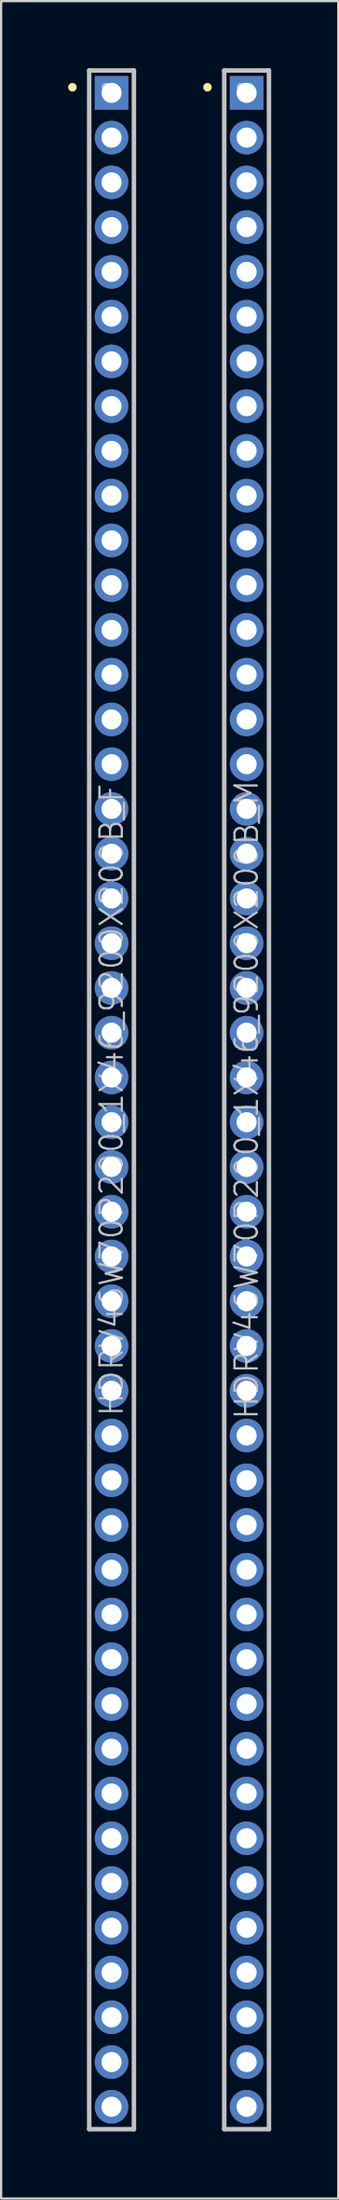
<source format=kicad_pcb>
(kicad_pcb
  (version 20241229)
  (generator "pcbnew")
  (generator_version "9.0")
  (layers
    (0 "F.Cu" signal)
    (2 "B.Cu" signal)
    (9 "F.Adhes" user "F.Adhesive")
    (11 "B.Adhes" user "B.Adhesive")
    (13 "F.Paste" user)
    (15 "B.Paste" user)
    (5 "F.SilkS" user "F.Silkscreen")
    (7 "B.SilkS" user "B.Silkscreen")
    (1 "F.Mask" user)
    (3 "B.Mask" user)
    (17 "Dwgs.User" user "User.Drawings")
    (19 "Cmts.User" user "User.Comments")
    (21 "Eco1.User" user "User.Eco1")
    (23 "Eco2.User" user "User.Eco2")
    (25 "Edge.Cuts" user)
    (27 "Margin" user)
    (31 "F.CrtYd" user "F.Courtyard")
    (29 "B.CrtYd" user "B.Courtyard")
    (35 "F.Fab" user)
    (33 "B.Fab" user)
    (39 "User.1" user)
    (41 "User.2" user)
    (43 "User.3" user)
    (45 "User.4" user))
  (footprint "HDRV46W70P200_1X46_9200X200B_F"
    (layer "F.Cu")
    (at 1.94 46.1)
    (property "Reference" "HDRV46W70P200_1X46_9200X200B_F" (at 0 0 90) (layer "Dwgs.User") (effects (font (size 1 1) (thickness 0.1))))
    (attr through_hole)
    (fp_line (start -1.75 -45.25) (end -1.75 -45.25) (stroke (width 0.381) (type solid)) (layer "F.SilkS"))
    (fp_line (start -1 -46) (end -1 46) (stroke (width 0.2) (type solid)) (layer "Dwgs.User"))
    (fp_line (start -1 -46) (end 1 -46) (stroke (width 0.2) (type solid)) (layer "Dwgs.User"))
    (fp_line (start -1 46) (end 1 46) (stroke (width 0.2) (type solid)) (layer "Dwgs.User"))
    (fp_line (start -0.25 -45.25) (end -0.25 -45.25) (stroke (width 0.381) (type solid)) (layer "Dwgs.User"))
    (fp_line (start 1 -46) (end 1 46) (stroke (width 0.2) (type solid)) (layer "Dwgs.User"))
    (pad "1" thru_hole rect (at 0 -45) (size 1.5 1.5) (drill 0.9) (layers "*.Cu" "*.Mask"))
    (pad "2" thru_hole circle (at 0 -43 270) (size 1.5 1.5) (drill 0.9) (layers "*.Cu" "*.Mask"))
    (pad "3" thru_hole circle (at 0 -41 270) (size 1.5 1.5) (drill 0.9) (layers "*.Cu" "*.Mask"))
    (pad "4" thru_hole circle (at 0 -39 270) (size 1.5 1.5) (drill 0.9) (layers "*.Cu" "*.Mask"))
    (pad "5" thru_hole circle (at 0 -37 270) (size 1.5 1.5) (drill 0.9) (layers "*.Cu" "*.Mask"))
    (pad "6" thru_hole circle (at 0 -35 270) (size 1.5 1.5) (drill 0.9) (layers "*.Cu" "*.Mask"))
    (pad "7" thru_hole circle (at 0 -33 270) (size 1.5 1.5) (drill 0.9) (layers "*.Cu" "*.Mask"))
    (pad "8" thru_hole circle (at 0 -31 270) (size 1.5 1.5) (drill 0.9) (layers "*.Cu" "*.Mask"))
    (pad "9" thru_hole circle (at 0 -29 270) (size 1.5 1.5) (drill 0.9) (layers "*.Cu" "*.Mask"))
    (pad "10" thru_hole circle (at 0 -27 270) (size 1.5 1.5) (drill 0.9) (layers "*.Cu" "*.Mask"))
    (pad "11" thru_hole circle (at 0 -25 270) (size 1.5 1.5) (drill 0.9) (layers "*.Cu" "*.Mask"))
    (pad "12" thru_hole circle (at 0 -23 270) (size 1.5 1.5) (drill 0.9) (layers "*.Cu" "*.Mask"))
    (pad "13" thru_hole circle (at 0 -21 270) (size 1.5 1.5) (drill 0.9) (layers "*.Cu" "*.Mask"))
    (pad "14" thru_hole circle (at 0 -19 270) (size 1.5 1.5) (drill 0.9) (layers "*.Cu" "*.Mask"))
    (pad "15" thru_hole circle (at 0 -17 270) (size 1.5 1.5) (drill 0.9) (layers "*.Cu" "*.Mask"))
    (pad "16" thru_hole circle (at 0 -15 270) (size 1.5 1.5) (drill 0.9) (layers "*.Cu" "*.Mask"))
    (pad "17" thru_hole circle (at 0 -13 270) (size 1.5 1.5) (drill 0.9) (layers "*.Cu" "*.Mask"))
    (pad "18" thru_hole circle (at 0 -11 270) (size 1.5 1.5) (drill 0.9) (layers "*.Cu" "*.Mask"))
    (pad "19" thru_hole circle (at 0 -9 270) (size 1.5 1.5) (drill 0.9) (layers "*.Cu" "*.Mask"))
    (pad "20" thru_hole circle (at 0 -7 270) (size 1.5 1.5) (drill 0.9) (layers "*.Cu" "*.Mask"))
    (pad "21" thru_hole circle (at 0 -5 270) (size 1.5 1.5) (drill 0.9) (layers "*.Cu" "*.Mask"))
    (pad "22" thru_hole circle (at 0 -3 270) (size 1.5 1.5) (drill 0.9) (layers "*.Cu" "*.Mask"))
    (pad "23" thru_hole circle (at 0 -1 270) (size 1.5 1.5) (drill 0.9) (layers "*.Cu" "*.Mask"))
    (pad "24" thru_hole circle (at 0 1 270) (size 1.5 1.5) (drill 0.9) (layers "*.Cu" "*.Mask"))
    (pad "25" thru_hole circle (at 0 3 270) (size 1.5 1.5) (drill 0.9) (layers "*.Cu" "*.Mask"))
    (pad "26" thru_hole circle (at 0 5 270) (size 1.5 1.5) (drill 0.9) (layers "*.Cu" "*.Mask"))
    (pad "27" thru_hole circle (at 0 7 270) (size 1.5 1.5) (drill 0.9) (layers "*.Cu" "*.Mask"))
    (pad "28" thru_hole circle (at 0 9 270) (size 1.5 1.5) (drill 0.9) (layers "*.Cu" "*.Mask"))
    (pad "29" thru_hole circle (at 0 11 270) (size 1.5 1.5) (drill 0.9) (layers "*.Cu" "*.Mask"))
    (pad "30" thru_hole circle (at 0 13 270) (size 1.5 1.5) (drill 0.9) (layers "*.Cu" "*.Mask"))
    (pad "31" thru_hole circle (at 0 15 270) (size 1.5 1.5) (drill 0.9) (layers "*.Cu" "*.Mask"))
    (pad "32" thru_hole circle (at 0 17 270) (size 1.5 1.5) (drill 0.9) (layers "*.Cu" "*.Mask"))
    (pad "33" thru_hole circle (at 0 19 270) (size 1.5 1.5) (drill 0.9) (layers "*.Cu" "*.Mask"))
    (pad "34" thru_hole circle (at 0 21 270) (size 1.5 1.5) (drill 0.9) (layers "*.Cu" "*.Mask"))
    (pad "35" thru_hole circle (at 0 23 270) (size 1.5 1.5) (drill 0.9) (layers "*.Cu" "*.Mask"))
    (pad "36" thru_hole circle (at 0 25 270) (size 1.5 1.5) (drill 0.9) (layers "*.Cu" "*.Mask"))
    (pad "37" thru_hole circle (at 0 27 270) (size 1.5 1.5) (drill 0.9) (layers "*.Cu" "*.Mask"))
    (pad "38" thru_hole circle (at 0 29 270) (size 1.5 1.5) (drill 0.9) (layers "*.Cu" "*.Mask"))
    (pad "39" thru_hole circle (at 0 31 270) (size 1.5 1.5) (drill 0.9) (layers "*.Cu" "*.Mask"))
    (pad "40" thru_hole circle (at 0 33 270) (size 1.5 1.5) (drill 0.9) (layers "*.Cu" "*.Mask"))
    (pad "41" thru_hole circle (at 0 35 270) (size 1.5 1.5) (drill 0.9) (layers "*.Cu" "*.Mask"))
    (pad "42" thru_hole circle (at 0 37 270) (size 1.5 1.5) (drill 0.9) (layers "*.Cu" "*.Mask"))
    (pad "43" thru_hole circle (at 0 39 270) (size 1.5 1.5) (drill 0.9) (layers "*.Cu" "*.Mask"))
    (pad "44" thru_hole circle (at 0 41 270) (size 1.5 1.5) (drill 0.9) (layers "*.Cu" "*.Mask"))
    (pad "45" thru_hole circle (at 0 43 270) (size 1.5 1.5) (drill 0.9) (layers "*.Cu" "*.Mask"))
    (pad "46" thru_hole circle (at 0 45 270) (size 1.5 1.5) (drill 0.9) (layers "*.Cu" "*.Mask")))
  (footprint "HDRV46W70P200_1X46_9200X200B_M"
    (layer "F.Cu")
    (at 7.981 46.1)
    (property "Reference" "HDRV46W70P200_1X46_9200X200B_M" (at 0 0 90) (layer "Dwgs.User") (effects (font (size 1 1) (thickness 0.1))))
    (attr through_hole)
    (fp_line (start -1.75 -45.25) (end -1.75 -45.25) (stroke (width 0.381) (type solid)) (layer "F.SilkS"))
    (fp_line (start -1 -46) (end -1 46) (stroke (width 0.2) (type solid)) (layer "Dwgs.User"))
    (fp_line (start -1 -46) (end 1 -46) (stroke (width 0.2) (type solid)) (layer "Dwgs.User"))
    (fp_line (start -1 46) (end 1 46) (stroke (width 0.2) (type solid)) (layer "Dwgs.User"))
    (fp_line (start -0.25 -45.25) (end -0.25 -45.25) (stroke (width 0.381) (type solid)) (layer "Dwgs.User"))
    (fp_line (start 1 -46) (end 1 46) (stroke (width 0.2) (type solid)) (layer "Dwgs.User"))
    (pad "1" thru_hole rect (at 0 -45) (size 1.5 1.5) (drill 0.9) (layers "*.Cu" "*.Mask"))
    (pad "2" thru_hole circle (at 0 -43 270) (size 1.5 1.5) (drill 0.9) (layers "*.Cu" "*.Mask"))
    (pad "3" thru_hole circle (at 0 -41 270) (size 1.5 1.5) (drill 0.9) (layers "*.Cu" "*.Mask"))
    (pad "4" thru_hole circle (at 0 -39 270) (size 1.5 1.5) (drill 0.9) (layers "*.Cu" "*.Mask"))
    (pad "5" thru_hole circle (at 0 -37 270) (size 1.5 1.5) (drill 0.9) (layers "*.Cu" "*.Mask"))
    (pad "6" thru_hole circle (at 0 -35 270) (size 1.5 1.5) (drill 0.9) (layers "*.Cu" "*.Mask"))
    (pad "7" thru_hole circle (at 0 -33 270) (size 1.5 1.5) (drill 0.9) (layers "*.Cu" "*.Mask"))
    (pad "8" thru_hole circle (at 0 -31 270) (size 1.5 1.5) (drill 0.9) (layers "*.Cu" "*.Mask"))
    (pad "9" thru_hole circle (at 0 -29 270) (size 1.5 1.5) (drill 0.9) (layers "*.Cu" "*.Mask"))
    (pad "10" thru_hole circle (at 0 -27 270) (size 1.5 1.5) (drill 0.9) (layers "*.Cu" "*.Mask"))
    (pad "11" thru_hole circle (at 0 -25 270) (size 1.5 1.5) (drill 0.9) (layers "*.Cu" "*.Mask"))
    (pad "12" thru_hole circle (at 0 -23 270) (size 1.5 1.5) (drill 0.9) (layers "*.Cu" "*.Mask"))
    (pad "13" thru_hole circle (at 0 -21 270) (size 1.5 1.5) (drill 0.9) (layers "*.Cu" "*.Mask"))
    (pad "14" thru_hole circle (at 0 -19 270) (size 1.5 1.5) (drill 0.9) (layers "*.Cu" "*.Mask"))
    (pad "15" thru_hole circle (at 0 -17 270) (size 1.5 1.5) (drill 0.9) (layers "*.Cu" "*.Mask"))
    (pad "16" thru_hole circle (at 0 -15 270) (size 1.5 1.5) (drill 0.9) (layers "*.Cu" "*.Mask"))
    (pad "17" thru_hole circle (at 0 -13 270) (size 1.5 1.5) (drill 0.9) (layers "*.Cu" "*.Mask"))
    (pad "18" thru_hole circle (at 0 -11 270) (size 1.5 1.5) (drill 0.9) (layers "*.Cu" "*.Mask"))
    (pad "19" thru_hole circle (at 0 -9 270) (size 1.5 1.5) (drill 0.9) (layers "*.Cu" "*.Mask"))
    (pad "20" thru_hole circle (at 0 -7 270) (size 1.5 1.5) (drill 0.9) (layers "*.Cu" "*.Mask"))
    (pad "21" thru_hole circle (at 0 -5 270) (size 1.5 1.5) (drill 0.9) (layers "*.Cu" "*.Mask"))
    (pad "22" thru_hole circle (at 0 -3 270) (size 1.5 1.5) (drill 0.9) (layers "*.Cu" "*.Mask"))
    (pad "23" thru_hole circle (at 0 -1 270) (size 1.5 1.5) (drill 0.9) (layers "*.Cu" "*.Mask"))
    (pad "24" thru_hole circle (at 0 1 270) (size 1.5 1.5) (drill 0.9) (layers "*.Cu" "*.Mask"))
    (pad "25" thru_hole circle (at 0 3 270) (size 1.5 1.5) (drill 0.9) (layers "*.Cu" "*.Mask"))
    (pad "26" thru_hole circle (at 0 5 270) (size 1.5 1.5) (drill 0.9) (layers "*.Cu" "*.Mask"))
    (pad "27" thru_hole circle (at 0 7 270) (size 1.5 1.5) (drill 0.9) (layers "*.Cu" "*.Mask"))
    (pad "28" thru_hole circle (at 0 9 270) (size 1.5 1.5) (drill 0.9) (layers "*.Cu" "*.Mask"))
    (pad "29" thru_hole circle (at 0 11 270) (size 1.5 1.5) (drill 0.9) (layers "*.Cu" "*.Mask"))
    (pad "30" thru_hole circle (at 0 13 270) (size 1.5 1.5) (drill 0.9) (layers "*.Cu" "*.Mask"))
    (pad "31" thru_hole circle (at 0 15 270) (size 1.5 1.5) (drill 0.9) (layers "*.Cu" "*.Mask"))
    (pad "32" thru_hole circle (at 0 17 270) (size 1.5 1.5) (drill 0.9) (layers "*.Cu" "*.Mask"))
    (pad "33" thru_hole circle (at 0 19 270) (size 1.5 1.5) (drill 0.9) (layers "*.Cu" "*.Mask"))
    (pad "34" thru_hole circle (at 0 21 270) (size 1.5 1.5) (drill 0.9) (layers "*.Cu" "*.Mask"))
    (pad "35" thru_hole circle (at 0 23 270) (size 1.5 1.5) (drill 0.9) (layers "*.Cu" "*.Mask"))
    (pad "36" thru_hole circle (at 0 25 270) (size 1.5 1.5) (drill 0.9) (layers "*.Cu" "*.Mask"))
    (pad "37" thru_hole circle (at 0 27 270) (size 1.5 1.5) (drill 0.9) (layers "*.Cu" "*.Mask"))
    (pad "38" thru_hole circle (at 0 29 270) (size 1.5 1.5) (drill 0.9) (layers "*.Cu" "*.Mask"))
    (pad "39" thru_hole circle (at 0 31 270) (size 1.5 1.5) (drill 0.9) (layers "*.Cu" "*.Mask"))
    (pad "40" thru_hole circle (at 0 33 270) (size 1.5 1.5) (drill 0.9) (layers "*.Cu" "*.Mask"))
    (pad "41" thru_hole circle (at 0 35 270) (size 1.5 1.5) (drill 0.9) (layers "*.Cu" "*.Mask"))
    (pad "42" thru_hole circle (at 0 37 270) (size 1.5 1.5) (drill 0.9) (layers "*.Cu" "*.Mask"))
    (pad "43" thru_hole circle (at 0 39 270) (size 1.5 1.5) (drill 0.9) (layers "*.Cu" "*.Mask"))
    (pad "44" thru_hole circle (at 0 41 270) (size 1.5 1.5) (drill 0.9) (layers "*.Cu" "*.Mask"))
    (pad "45" thru_hole circle (at 0 43 270) (size 1.5 1.5) (drill 0.9) (layers "*.Cu" "*.Mask"))
    (pad "46" thru_hole circle (at 0 45 270) (size 1.5 1.5) (drill 0.9) (layers "*.Cu" "*.Mask")))
  (gr_rect
    (start -3 -3)
    (end 12.081 95.2)
    (stroke (width 0.1) (type default))
    (fill no)
    (layer "Edge.Cuts")))
</source>
